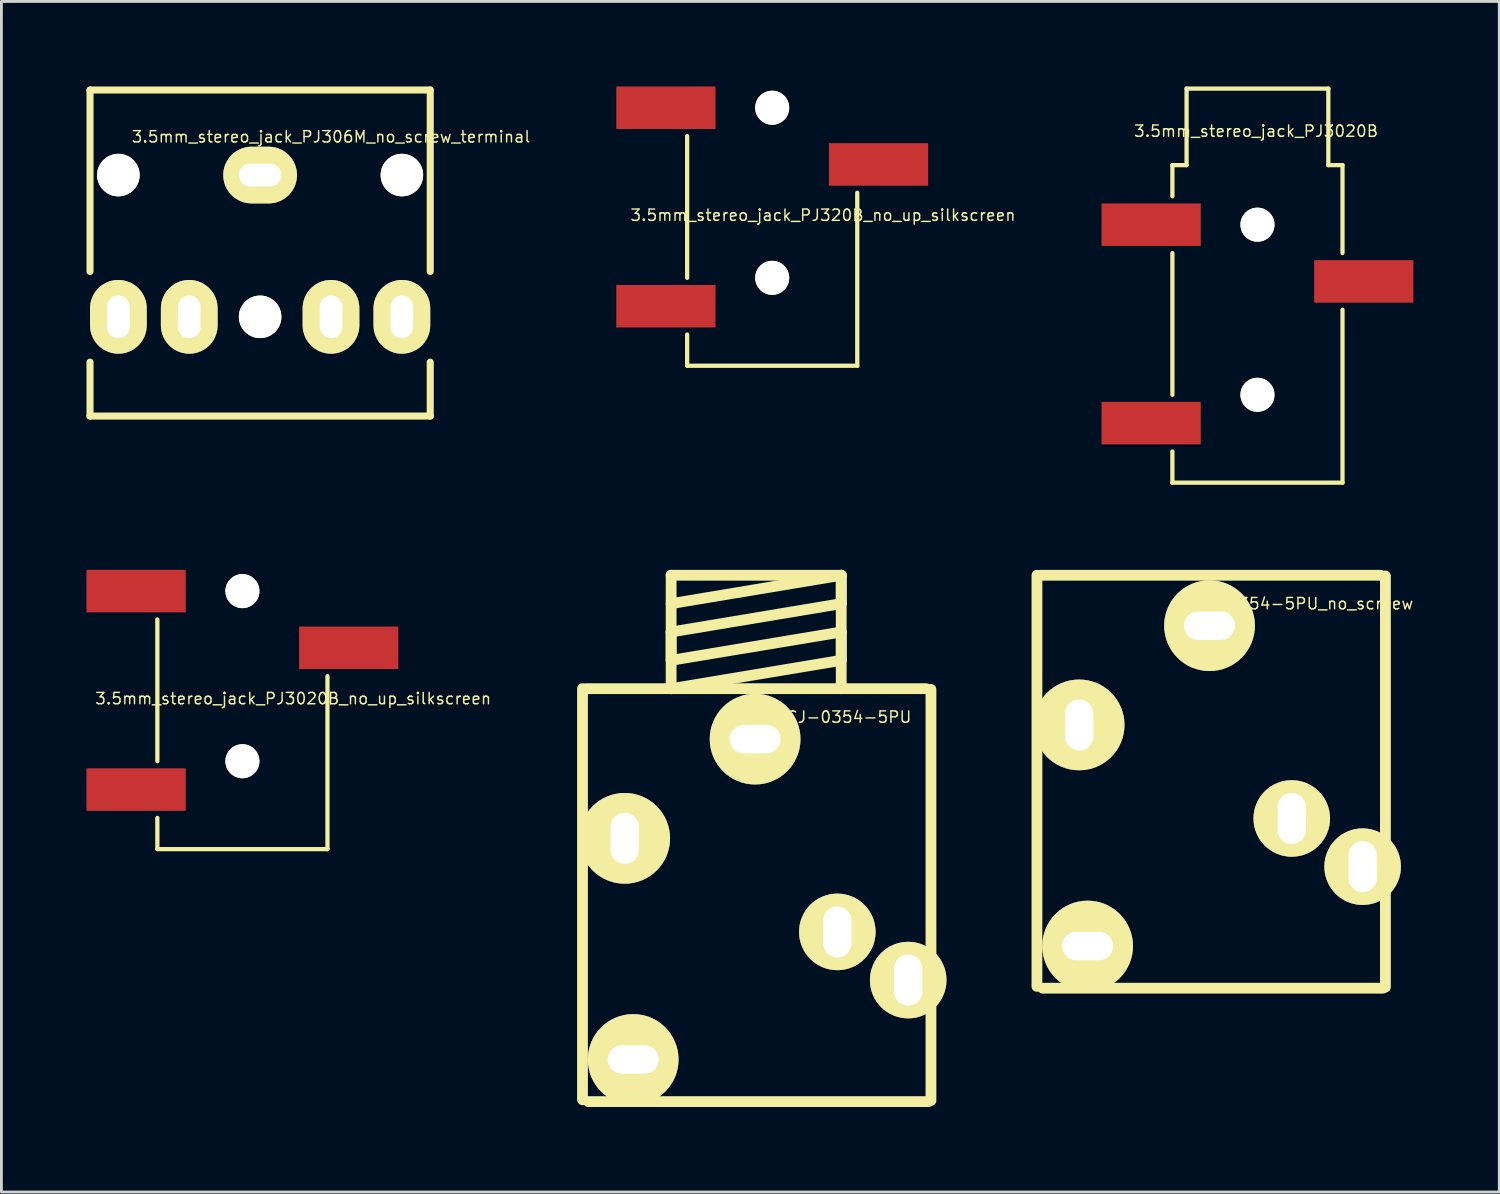
<source format=kicad_pcb>
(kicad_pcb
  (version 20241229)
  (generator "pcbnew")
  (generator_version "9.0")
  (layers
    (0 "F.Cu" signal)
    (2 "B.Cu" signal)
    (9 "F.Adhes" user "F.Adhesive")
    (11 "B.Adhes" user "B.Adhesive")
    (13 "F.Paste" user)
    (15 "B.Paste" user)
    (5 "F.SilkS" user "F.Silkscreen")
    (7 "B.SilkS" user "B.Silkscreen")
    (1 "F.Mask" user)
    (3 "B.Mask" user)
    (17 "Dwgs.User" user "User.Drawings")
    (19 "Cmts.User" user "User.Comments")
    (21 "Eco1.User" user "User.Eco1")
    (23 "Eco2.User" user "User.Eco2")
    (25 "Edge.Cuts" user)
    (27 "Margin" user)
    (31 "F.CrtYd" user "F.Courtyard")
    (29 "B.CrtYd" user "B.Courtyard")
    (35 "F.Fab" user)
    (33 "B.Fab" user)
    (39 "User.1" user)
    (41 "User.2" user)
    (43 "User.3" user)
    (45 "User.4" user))
  (footprint "SCJ-0354-5PU"
    (layer "F.Cu")
    (at 23.584 21.32)
    (property "Reference" "SCJ-0354-5PU" (at 3.119 0.922 0) (layer "F.SilkS") (effects (font (size 0.399 0.399) (thickness 0.051))))
    (attr through_hole)
    (fp_line (start -6.088 14.422) (end -6.088 -0.079) (stroke (width 0.381) (type solid)) (layer "F.SilkS"))
    (fp_line (start -5.961 -0.079) (end 6.038 -0.079) (stroke (width 0.381) (type solid)) (layer "F.SilkS"))
    (fp_line (start -2.962 -4.079) (end -2.962 -0.079) (stroke (width 0.381) (type solid)) (layer "F.SilkS"))
    (fp_line (start -2.962 -2.078) (end 3.038 -3.078) (stroke (width 0.381) (type solid)) (layer "F.SilkS"))
    (fp_line (start -2.962 -1.079) (end -2.962 -2.078) (stroke (width 0.381) (type solid)) (layer "F.SilkS"))
    (fp_line (start -2.962 -0.079) (end 3.038 -1.079) (stroke (width 0.381) (type solid)) (layer "F.SilkS"))
    (fp_line (start 3.038 -4.079) (end -2.962 -4.079) (stroke (width 0.381) (type solid)) (layer "F.SilkS"))
    (fp_line (start 3.038 -4.079) (end -2.962 -3.078) (stroke (width 0.381) (type solid)) (layer "F.SilkS"))
    (fp_line (start 3.038 -3.078) (end 3.038 -4.079) (stroke (width 0.381) (type solid)) (layer "F.SilkS"))
    (fp_line (start 3.038 -2.078) (end -2.962 -1.079) (stroke (width 0.381) (type solid)) (layer "F.SilkS"))
    (fp_line (start 3.038 -1.079) (end 3.038 -2.078) (stroke (width 0.381) (type solid)) (layer "F.SilkS"))
    (fp_line (start 3.038 -0.079) (end 3.038 -4.079) (stroke (width 0.381) (type solid)) (layer "F.SilkS"))
    (fp_line (start 6.114 14.486) (end -5.885 14.486) (stroke (width 0.381) (type solid)) (layer "F.SilkS"))
    (fp_line (start 6.203 -0.053) (end 6.203 14.448) (stroke (width 0.381) (type solid)) (layer "F.SilkS"))
    (pad "1" thru_hole circle (at 0 1.7) (size 3.2 3.2) (drill oval 1.8 1) (layers "*.Cu" "*.Mask" "F.SilkS"))
    (pad "2" thru_hole circle (at 5.4 10.2) (size 2.7 2.7) (drill oval 1 1.8) (layers "*.Cu" "*.Mask" "F.SilkS"))
    (pad "3" thru_hole circle (at 2.9 8.5) (size 2.7 2.7) (drill oval 1 1.8) (layers "*.Cu" "*.Mask" "F.SilkS"))
    (pad "4" thru_hole circle (at -4.3 13) (size 3.2 3.2) (drill oval 1.8 1) (layers "*.Cu" "*.Mask" "F.SilkS"))
    (pad "5" thru_hole circle (at -4.6 5.2) (size 3.2 3.2) (drill oval 1 1.8) (layers "*.Cu" "*.Mask" "F.SilkS")))
  (footprint "SCJ-0354-5PU_no_screew"
    (layer "F.Cu")
    (at 39.613 17.319)
    (property "Reference" "SCJ-0354-5PU_no_screew" (at 3.119 0.922 0) (layer "F.SilkS") (effects (font (size 0.399 0.399) (thickness 0.051))))
    (attr through_hole)
    (fp_line (start -6.088 14.422) (end -6.088 -0.079) (stroke (width 0.381) (type solid)) (layer "F.SilkS"))
    (fp_line (start -5.961 -0.079) (end 6.038 -0.079) (stroke (width 0.381) (type solid)) (layer "F.SilkS"))
    (fp_line (start 6.114 14.486) (end -5.885 14.486) (stroke (width 0.381) (type solid)) (layer "F.SilkS"))
    (fp_line (start 6.203 -0.053) (end 6.203 14.448) (stroke (width 0.381) (type solid)) (layer "F.SilkS"))
    (pad "1" thru_hole circle (at 0 1.7) (size 3.2 3.2) (drill oval 1.8 1) (layers "*.Cu" "*.Mask" "F.SilkS"))
    (pad "2" thru_hole circle (at 5.4 10.2) (size 2.7 2.7) (drill oval 1 1.8) (layers "*.Cu" "*.Mask" "F.SilkS"))
    (pad "3" thru_hole circle (at 2.9 8.5) (size 2.7 2.7) (drill oval 1 1.8) (layers "*.Cu" "*.Mask" "F.SilkS"))
    (pad "4" thru_hole circle (at -4.3 13) (size 3.2 3.2) (drill oval 1.8 1) (layers "*.Cu" "*.Mask" "F.SilkS"))
    (pad "5" thru_hole circle (at -4.6 5.2) (size 3.2 3.2) (drill oval 1 1.8) (layers "*.Cu" "*.Mask" "F.SilkS")))
  (footprint "3.5mm_stereo_jack_PJ306M_no_screw_terminal"
    (layer "F.Cu")
    (at 6.125 3.125)
    (property "Reference" "3.5mm_stereo_jack_PJ306M_no_screw_terminal" (at 2.5 -1.35 0) (layer "F.SilkS") (effects (font (size 0.399 0.399) (thickness 0.051))))
    (attr through_hole)
    (fp_line (start -6 -3) (end 6 -3) (stroke (width 0.25) (type solid)) (layer "F.SilkS"))
    (fp_line (start -6 3.4) (end -6 -3) (stroke (width 0.25) (type solid)) (layer "F.SilkS"))
    (fp_line (start -6 8.5) (end -6 6.6) (stroke (width 0.25) (type solid)) (layer "F.SilkS"))
    (fp_line (start 6 3.4) (end 6 -3) (stroke (width 0.25) (type solid)) (layer "F.SilkS"))
    (fp_line (start 6 8.5) (end -6 8.5) (stroke (width 0.25) (type solid)) (layer "F.SilkS"))
    (fp_line (start 6 8.5) (end 6 6.6) (stroke (width 0.25) (type solid)) (layer "F.SilkS"))
    (pad "" np_thru_hole circle (at -5 0) (size 1.5 1.5) (drill 1.5) (layers "*.Cu" "*.Mask" "F.SilkS"))
    (pad "" np_thru_hole circle (at 0 5) (size 1.5 1.5) (drill 1.5) (layers "*.Cu" "*.Mask" "F.SilkS"))
    (pad "" np_thru_hole circle (at 5 0) (size 1.5 1.5) (drill 1.5) (layers "*.Cu" "*.Mask" "F.SilkS"))
    (pad "1" thru_hole oval (at 0 0) (size 2.6 2) (drill oval 1.5 0.8) (layers "*.Cu" "*.Mask" "F.SilkS"))
    (pad "2" thru_hole oval (at 5 5) (size 2 2.6) (drill oval 0.8 1.5) (layers "*.Cu" "*.Mask" "F.SilkS"))
    (pad "3" thru_hole oval (at 2.5 5) (size 2 2.6) (drill oval 0.8 1.5) (layers "*.Cu" "*.Mask" "F.SilkS"))
    (pad "4" thru_hole oval (at -2.5 5) (size 2 2.6) (drill oval 0.8 1.5) (layers "*.Cu" "*.Mask" "F.SilkS"))
    (pad "5" thru_hole oval (at -5 5) (size 2 2.6) (drill oval 0.8 1.5) (layers "*.Cu" "*.Mask" "F.SilkS")))
  (footprint "3.5mm_stereo_jack_PJ3020B_no_up_silkscreen"
    (layer "F.Cu")
    (at 5.5 17.8)
    (property "Reference" "3.5mm_stereo_jack_PJ3020B_no_up_silkscreen" (at 1.79 3.79 0) (layer "F.SilkS") (effects (font (size 0.399 0.399) (thickness 0.051))))
    (attr through_hole)
    (fp_line (start -3 1) (end -3 6) (stroke (width 0.15) (type solid)) (layer "F.SilkS"))
    (fp_line (start -3 9.1) (end -3 8) (stroke (width 0.15) (type solid)) (layer "F.SilkS"))
    (fp_line (start 3 3) (end 3 9.1) (stroke (width 0.15) (type solid)) (layer "F.SilkS"))
    (fp_line (start 3 9.1) (end -3 9.1) (stroke (width 0.15) (type solid)) (layer "F.SilkS"))
    (pad "" np_thru_hole circle (at 0 0) (size 1.2 1.2) (drill 1.2) (layers "*.Cu" "*.Mask" "F.SilkS"))
    (pad "" np_thru_hole circle (at 0 6) (size 1.2 1.2) (drill 1.2) (layers "*.Cu" "*.Mask" "F.SilkS"))
    (pad "1" smd rect (at -3.75 0) (size 3.5 1.5) (layers "F.Cu" "F.Mask" "F.Paste"))
    (pad "2" smd rect (at 3.75 2) (size 3.5 1.5) (layers "F.Cu" "F.Mask" "F.Paste"))
    (pad "5" smd rect (at -3.75 7) (size 3.5 1.5) (layers "F.Cu" "F.Mask" "F.Paste")))
  (footprint "3.5mm_stereo_jack_PJ3020B"
    (layer "F.Cu")
    (at 41.303 4.875)
    (property "Reference" "3.5mm_stereo_jack_PJ3020B" (at -0.05 -3.3 0) (layer "F.SilkS") (effects (font (size 0.399 0.399) (thickness 0.051))))
    (attr through_hole)
    (fp_line (start -3 -2.1) (end -2.5 -2.1) (stroke (width 0.15) (type solid)) (layer "F.SilkS"))
    (fp_line (start -3 -1) (end -3 -2.1) (stroke (width 0.15) (type solid)) (layer "F.SilkS"))
    (fp_line (start -3 1) (end -3 6) (stroke (width 0.15) (type solid)) (layer "F.SilkS"))
    (fp_line (start -3 9.1) (end -3 8) (stroke (width 0.15) (type solid)) (layer "F.SilkS"))
    (fp_line (start -2.5 -4.8) (end 2.5 -4.8) (stroke (width 0.15) (type solid)) (layer "F.SilkS"))
    (fp_line (start -2.5 -2.1) (end -2.5 -4.8) (stroke (width 0.15) (type solid)) (layer "F.SilkS"))
    (fp_line (start 2.5 -4.8) (end 2.5 -2.1) (stroke (width 0.15) (type solid)) (layer "F.SilkS"))
    (fp_line (start 2.5 -2.1) (end 3 -2.1) (stroke (width 0.15) (type solid)) (layer "F.SilkS"))
    (fp_line (start 3 -2.1) (end 3 1) (stroke (width 0.15) (type solid)) (layer "F.SilkS"))
    (fp_line (start 3 3) (end 3 9.1) (stroke (width 0.15) (type solid)) (layer "F.SilkS"))
    (fp_line (start 3 9.1) (end -3 9.1) (stroke (width 0.15) (type solid)) (layer "F.SilkS"))
    (pad "" np_thru_hole circle (at 0 0) (size 1.2 1.2) (drill 1.2) (layers "*.Cu" "*.Mask" "F.SilkS"))
    (pad "" np_thru_hole circle (at 0 6) (size 1.2 1.2) (drill 1.2) (layers "*.Cu" "*.Mask" "F.SilkS"))
    (pad "1" smd rect (at -3.75 0) (size 3.5 1.5) (layers "F.Cu" "F.Mask" "F.Paste"))
    (pad "2" smd rect (at 3.75 2) (size 3.5 1.5) (layers "F.Cu" "F.Mask" "F.Paste"))
    (pad "5" smd rect (at -3.75 7) (size 3.5 1.5) (layers "F.Cu" "F.Mask" "F.Paste")))
  (footprint "3.5mm_stereo_jack_PJ320B_no_up_silkscreen"
    (layer "F.Cu")
    (at 24.187 0.75)
    (property "Reference" "3.5mm_stereo_jack_PJ320B_no_up_silkscreen" (at 1.79 3.79 0) (layer "F.SilkS") (effects (font (size 0.399 0.399) (thickness 0.051))))
    (attr through_hole)
    (fp_line (start -3 1) (end -3 6) (stroke (width 0.15) (type solid)) (layer "F.SilkS"))
    (fp_line (start -3 9.1) (end -3 8) (stroke (width 0.15) (type solid)) (layer "F.SilkS"))
    (fp_line (start 3 3) (end 3 9.1) (stroke (width 0.15) (type solid)) (layer "F.SilkS"))
    (fp_line (start 3 9.1) (end -3 9.1) (stroke (width 0.15) (type solid)) (layer "F.SilkS"))
    (pad "" np_thru_hole circle (at 0 0) (size 1.2 1.2) (drill 1.2) (layers "*.Cu" "*.Mask" "F.SilkS"))
    (pad "" np_thru_hole circle (at 0 6) (size 1.2 1.2) (drill 1.2) (layers "*.Cu" "*.Mask" "F.SilkS"))
    (pad "1" smd rect (at -3.75 0) (size 3.5 1.5) (layers "F.Cu" "F.Mask" "F.Paste"))
    (pad "2" smd rect (at 3.75 2) (size 3.5 1.5) (layers "F.Cu" "F.Mask" "F.Paste"))
    (pad "5" smd rect (at -3.75 7) (size 3.5 1.5) (layers "F.Cu" "F.Mask" "F.Paste")))
  (gr_rect
    (start -3 -3)
    (end 49.832 38.996)
    (stroke (width 0.1) (type default))
    (fill no)
    (layer "Edge.Cuts")))
</source>
